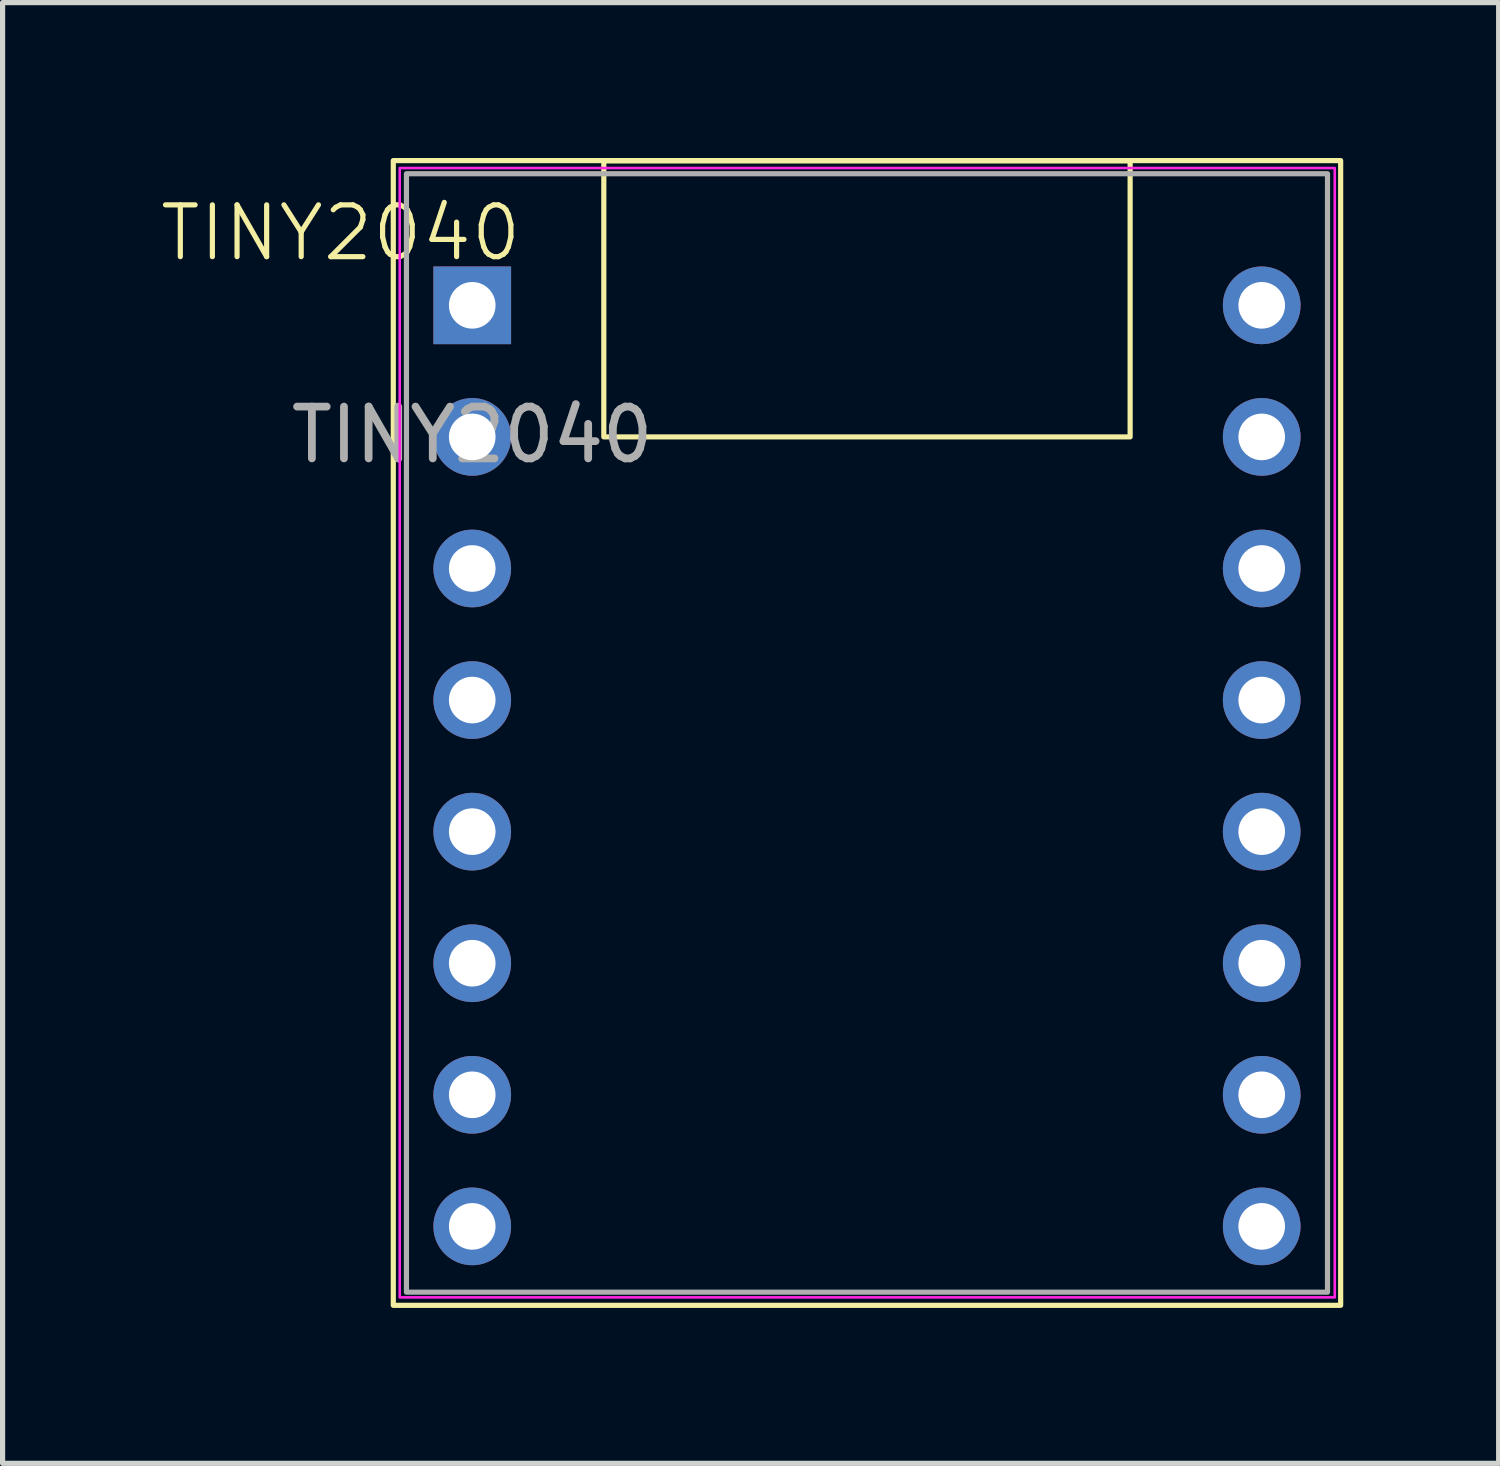
<source format=kicad_pcb>
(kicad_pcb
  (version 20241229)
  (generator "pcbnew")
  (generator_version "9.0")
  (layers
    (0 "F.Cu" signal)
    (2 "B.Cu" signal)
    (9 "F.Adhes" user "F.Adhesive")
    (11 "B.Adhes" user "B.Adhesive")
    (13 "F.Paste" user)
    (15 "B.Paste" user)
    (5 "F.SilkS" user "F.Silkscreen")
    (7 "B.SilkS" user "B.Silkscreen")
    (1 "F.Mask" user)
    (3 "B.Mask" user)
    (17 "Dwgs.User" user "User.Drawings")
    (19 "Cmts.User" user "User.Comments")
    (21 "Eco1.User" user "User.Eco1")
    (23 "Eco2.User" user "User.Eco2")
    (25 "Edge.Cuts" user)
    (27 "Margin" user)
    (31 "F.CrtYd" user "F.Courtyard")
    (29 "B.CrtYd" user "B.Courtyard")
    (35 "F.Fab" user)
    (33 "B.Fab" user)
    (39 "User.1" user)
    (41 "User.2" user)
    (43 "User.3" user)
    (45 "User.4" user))
  (footprint "TINY2040"
    (layer "F.Cu")
    (at 6.066 2.844)
    (property "Reference" "TINY2040" (at -2.54 -1.397 0) (unlocked yes) (layer "F.SilkS") (effects (font (size 1 1) (thickness 0.1))))
    (attr through_hole)
    (fp_rect (start -1.524 -2.794) (end 16.764 19.304) (stroke (width 0.1) (type default)) (fill no) (layer "F.SilkS"))
    (fp_rect (start 2.54 -2.79) (end 12.7 2.54) (stroke (width 0.1) (type default)) (fill no) (layer "F.SilkS"))
    (fp_rect (start -1.4 -2.65) (end 16.65 19.15) (stroke (width 0.05) (type default)) (fill no) (layer "F.CrtYd"))
    (fp_rect (start -1.27 -2.54) (end 16.51 19.05) (stroke (width 0.1) (type default)) (fill no) (layer "F.Fab"))
    (fp_text user "${REFERENCE}" (at 0 2.5 0) (unlocked yes) (layer "F.Fab") (effects (font (size 1 1) (thickness 0.15))))
    (pad "1" thru_hole rect (at 0 0) (size 1.5 1.5) (drill 0.9) (layers "*.Cu" "*.Mask"))
    (pad "2" thru_hole circle (at 0 2.54) (size 1.5 1.5) (drill 0.9) (layers "*.Cu" "*.Mask"))
    (pad "3" thru_hole circle (at 0 5.08) (size 1.5 1.5) (drill 0.9) (layers "*.Cu" "*.Mask"))
    (pad "4" thru_hole circle (at 0 7.62) (size 1.5 1.5) (drill 0.9) (layers "*.Cu" "*.Mask"))
    (pad "5" thru_hole circle (at 0 10.16) (size 1.5 1.5) (drill 0.9) (layers "*.Cu" "*.Mask"))
    (pad "6" thru_hole circle (at 0 12.7) (size 1.5 1.5) (drill 0.9) (layers "*.Cu" "*.Mask"))
    (pad "7" thru_hole circle (at 0 15.24) (size 1.5 1.5) (drill 0.9) (layers "*.Cu" "*.Mask"))
    (pad "8" thru_hole circle (at 0 17.78) (size 1.5 1.5) (drill 0.9) (layers "*.Cu" "*.Mask"))
    (pad "9" thru_hole circle (at 15.24 17.78) (size 1.5 1.5) (drill 0.9) (layers "*.Cu" "*.Mask"))
    (pad "10" thru_hole circle (at 15.24 15.24) (size 1.5 1.5) (drill 0.9) (layers "*.Cu" "*.Mask"))
    (pad "11" thru_hole circle (at 15.24 12.7) (size 1.5 1.5) (drill 0.9) (layers "*.Cu" "*.Mask"))
    (pad "12" thru_hole circle (at 15.24 10.16) (size 1.5 1.5) (drill 0.9) (layers "*.Cu" "*.Mask"))
    (pad "13" thru_hole circle (at 15.24 7.62) (size 1.5 1.5) (drill 0.9) (layers "*.Cu" "*.Mask"))
    (pad "14" thru_hole circle (at 15.24 5.08) (size 1.5 1.5) (drill 0.9) (layers "*.Cu" "*.Mask"))
    (pad "15" thru_hole circle (at 15.24 2.54) (size 1.5 1.5) (drill 0.9) (layers "*.Cu" "*.Mask"))
    (pad "16" thru_hole circle (at 15.24 0) (size 1.5 1.5) (drill 0.9) (layers "*.Cu" "*.Mask")))
  (gr_rect
    (start -3 -3)
    (end 25.88 25.198)
    (stroke (width 0.1) (type default))
    (fill no)
    (layer "Edge.Cuts")))
</source>
